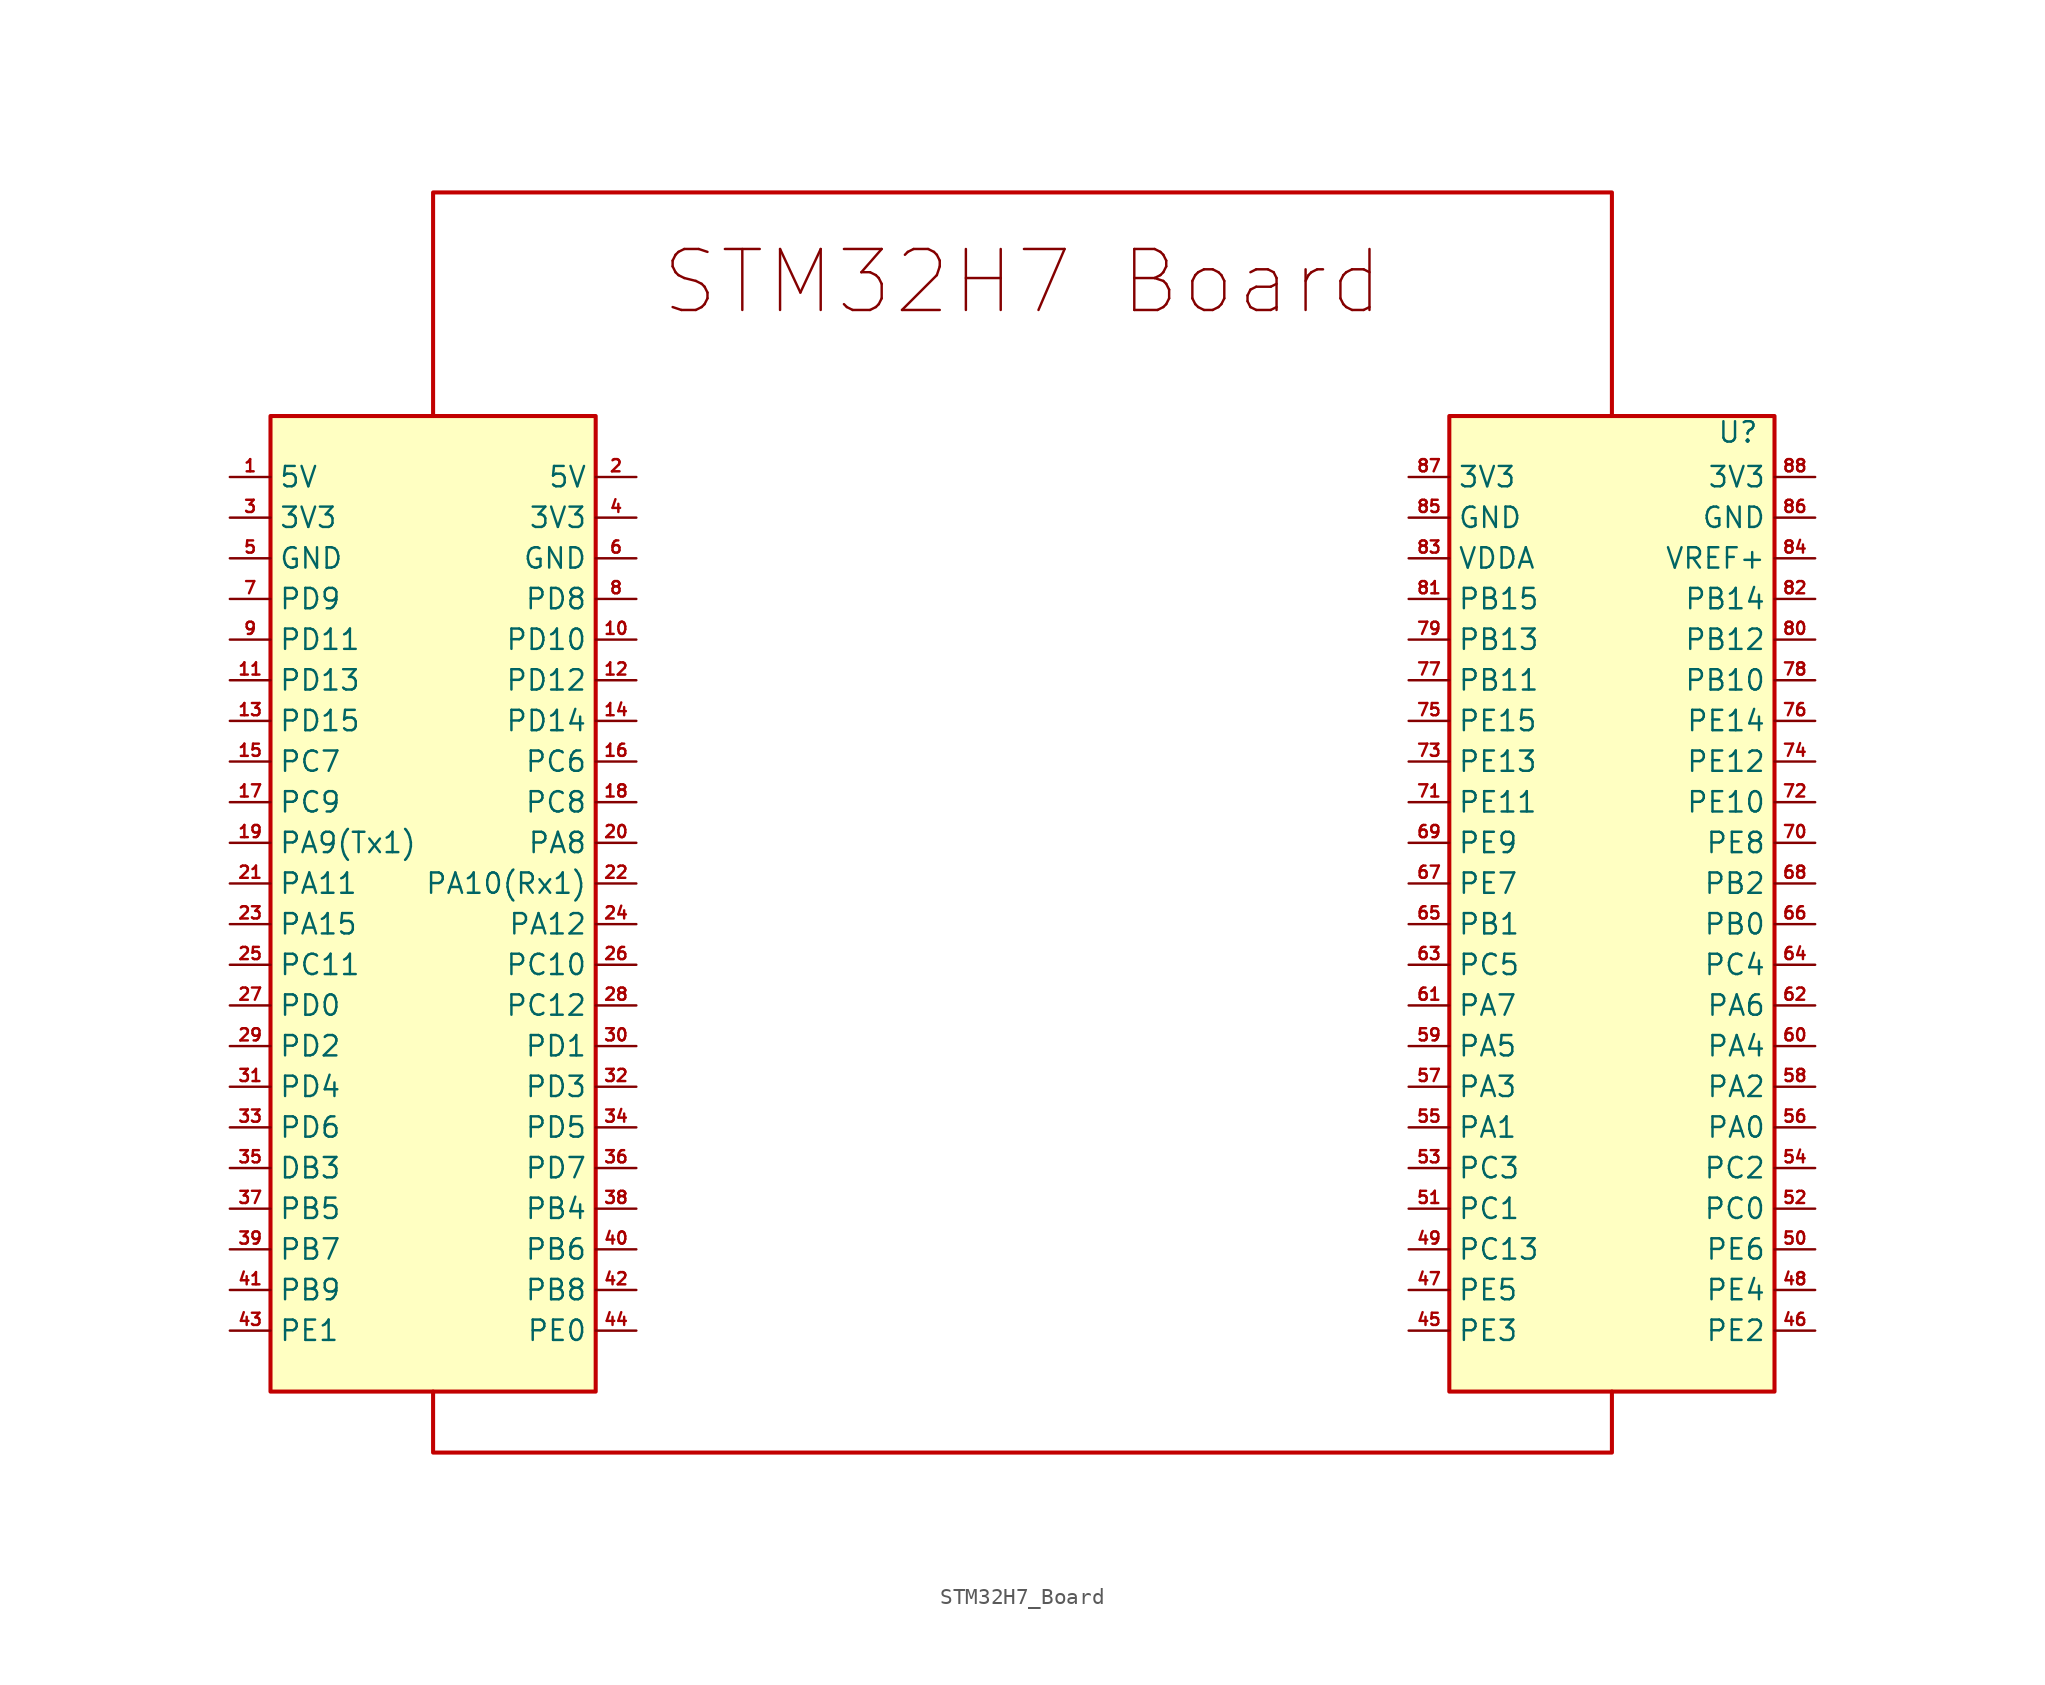
<source format=kicad_sym>
(kicad_symbol_lib
  (version 20241209)
  (generator "kicad_symbol_editor")
  (generator_version "9.0")
  (symbol "STM32H7_Board"
    (property "Reference" "U"
      (at 44.704 29.464 0)
      (effects (font (size 1.27 1.27))))
    (property "Value" ""
      (at 0 0 0)
      (effects (font (size 1.27 1.27))))
    (symbol "STM32H7_Board_1_1"
      (rectangle (start -46.99 30.48) (end -26.67 -30.48) (stroke (width 0.254) (type solid) (color 194 0 0 1)) (fill (type color) (color 255 255 194 1)))
      (polyline (pts (xy -36.83 -30.48) (xy -36.83 -34.29) (xy 36.83 -34.29) (xy 36.83 -30.48)) (stroke (width 0.254) (type solid) (color 194 0 0 1)) (fill (type none)))
      (rectangle (start 26.67 30.48) (end 46.99 -30.48) (stroke (width 0.254) (type solid) (color 194 0 0 1)) (fill (type color) (color 255 255 194 1)))
      (polyline (pts (xy 36.83 30.48) (xy 36.83 44.45) (xy -36.83 44.45) (xy -36.83 30.48)) (stroke (width 0.254) (type solid) (color 194 0 0 1)) (fill (type none)))
      (text "STM32H7 Board" (at 0 38.862 0) (effects (font (size 3.81 3.81))))
      (pin bidirectional line (at -49.53 26.67 0) (length 2.54) (name "5V" (effects (font (size 1.27 1.27)))) (number "1" (effects (font (size 0.762 0.762)))))
      (pin bidirectional line (at -49.53 24.13 0) (length 2.54) (name "3V3" (effects (font (size 1.27 1.27)))) (number "3" (effects (font (size 0.762 0.762)))))
      (pin bidirectional line (at -49.53 21.59 0) (length 2.54) (name "GND" (effects (font (size 1.27 1.27)))) (number "5" (effects (font (size 0.762 0.762)))))
      (pin bidirectional line (at -49.53 19.05 0) (length 2.54) (name "PD9" (effects (font (size 1.27 1.27)))) (number "7" (effects (font (size 0.762 0.762)))))
      (pin bidirectional line (at -49.53 16.51 0) (length 2.54) (name "PD11" (effects (font (size 1.27 1.27)))) (number "9" (effects (font (size 0.762 0.762)))))
      (pin bidirectional line (at -49.53 13.97 0) (length 2.54) (name "PD13" (effects (font (size 1.27 1.27)))) (number "11" (effects (font (size 0.762 0.762)))))
      (pin bidirectional line (at -49.53 11.43 0) (length 2.54) (name "PD15" (effects (font (size 1.27 1.27)))) (number "13" (effects (font (size 0.762 0.762)))))
      (pin bidirectional line (at -49.53 8.89 0) (length 2.54) (name "PC7" (effects (font (size 1.27 1.27)))) (number "15" (effects (font (size 0.762 0.762)))))
      (pin bidirectional line (at -49.53 6.35 0) (length 2.54) (name "PC9" (effects (font (size 1.27 1.27)))) (number "17" (effects (font (size 0.762 0.762)))))
      (pin bidirectional line (at -49.53 3.81 0) (length 2.54) (name "PA9(Tx1)" (effects (font (size 1.27 1.27)))) (number "19" (effects (font (size 0.762 0.762)))))
      (pin bidirectional line (at -49.53 1.27 0) (length 2.54) (name "PA11" (effects (font (size 1.27 1.27)))) (number "21" (effects (font (size 0.762 0.762)))))
      (pin bidirectional line (at -49.53 -1.27 0) (length 2.54) (name "PA15" (effects (font (size 1.27 1.27)))) (number "23" (effects (font (size 0.762 0.762)))))
      (pin bidirectional line (at -49.53 -3.81 0) (length 2.54) (name "PC11" (effects (font (size 1.27 1.27)))) (number "25" (effects (font (size 0.762 0.762)))))
      (pin bidirectional line (at -49.53 -6.35 0) (length 2.54) (name "PD0" (effects (font (size 1.27 1.27)))) (number "27" (effects (font (size 0.762 0.762)))))
      (pin bidirectional line (at -49.53 -8.89 0) (length 2.54) (name "PD2" (effects (font (size 1.27 1.27)))) (number "29" (effects (font (size 0.762 0.762)))))
      (pin bidirectional line (at -49.53 -11.43 0) (length 2.54) (name "PD4" (effects (font (size 1.27 1.27)))) (number "31" (effects (font (size 0.762 0.762)))))
      (pin bidirectional line (at -49.53 -13.97 0) (length 2.54) (name "PD6" (effects (font (size 1.27 1.27)))) (number "33" (effects (font (size 0.762 0.762)))))
      (pin bidirectional line (at -49.53 -16.51 0) (length 2.54) (name "DB3" (effects (font (size 1.27 1.27)))) (number "35" (effects (font (size 0.762 0.762)))))
      (pin bidirectional line (at -49.53 -19.05 0) (length 2.54) (name "PB5" (effects (font (size 1.27 1.27)))) (number "37" (effects (font (size 0.762 0.762)))))
      (pin bidirectional line (at -49.53 -21.59 0) (length 2.54) (name "PB7" (effects (font (size 1.27 1.27)))) (number "39" (effects (font (size 0.762 0.762)))))
      (pin bidirectional line (at -49.53 -24.13 0) (length 2.54) (name "PB9" (effects (font (size 1.27 1.27)))) (number "41" (effects (font (size 0.762 0.762)))))
      (pin bidirectional line (at -49.53 -26.67 0) (length 2.54) (name "PE1" (effects (font (size 1.27 1.27)))) (number "43" (effects (font (size 0.762 0.762)))))
      (pin bidirectional line (at -24.13 26.67 180) (length 2.54) (name "5V" (effects (font (size 1.27 1.27)))) (number "2" (effects (font (size 0.762 0.762)))))
      (pin bidirectional line (at -24.13 24.13 180) (length 2.54) (name "3V3" (effects (font (size 1.27 1.27)))) (number "4" (effects (font (size 0.762 0.762)))))
      (pin bidirectional line (at -24.13 21.59 180) (length 2.54) (name "GND" (effects (font (size 1.27 1.27)))) (number "6" (effects (font (size 0.762 0.762)))))
      (pin bidirectional line (at -24.13 19.05 180) (length 2.54) (name "PD8" (effects (font (size 1.27 1.27)))) (number "8" (effects (font (size 0.762 0.762)))))
      (pin bidirectional line (at -24.13 16.51 180) (length 2.54) (name "PD10" (effects (font (size 1.27 1.27)))) (number "10" (effects (font (size 0.762 0.762)))))
      (pin bidirectional line (at -24.13 13.97 180) (length 2.54) (name "PD12" (effects (font (size 1.27 1.27)))) (number "12" (effects (font (size 0.762 0.762)))))
      (pin bidirectional line (at -24.13 11.43 180) (length 2.54) (name "PD14" (effects (font (size 1.27 1.27)))) (number "14" (effects (font (size 0.762 0.762)))))
      (pin bidirectional line (at -24.13 8.89 180) (length 2.54) (name "PC6" (effects (font (size 1.27 1.27)))) (number "16" (effects (font (size 0.762 0.762)))))
      (pin bidirectional line (at -24.13 6.35 180) (length 2.54) (name "PC8" (effects (font (size 1.27 1.27)))) (number "18" (effects (font (size 0.762 0.762)))))
      (pin bidirectional line (at -24.13 3.81 180) (length 2.54) (name "PA8" (effects (font (size 1.27 1.27)))) (number "20" (effects (font (size 0.762 0.762)))))
      (pin bidirectional line (at -24.13 1.27 180) (length 2.54) (name "PA10(Rx1)" (effects (font (size 1.27 1.27)))) (number "22" (effects (font (size 0.762 0.762)))))
      (pin bidirectional line (at -24.13 -1.27 180) (length 2.54) (name "PA12" (effects (font (size 1.27 1.27)))) (number "24" (effects (font (size 0.762 0.762)))))
      (pin bidirectional line (at -24.13 -3.81 180) (length 2.54) (name "PC10" (effects (font (size 1.27 1.27)))) (number "26" (effects (font (size 0.762 0.762)))))
      (pin bidirectional line (at -24.13 -6.35 180) (length 2.54) (name "PC12" (effects (font (size 1.27 1.27)))) (number "28" (effects (font (size 0.762 0.762)))))
      (pin bidirectional line (at -24.13 -8.89 180) (length 2.54) (name "PD1" (effects (font (size 1.27 1.27)))) (number "30" (effects (font (size 0.762 0.762)))))
      (pin bidirectional line (at -24.13 -11.43 180) (length 2.54) (name "PD3" (effects (font (size 1.27 1.27)))) (number "32" (effects (font (size 0.762 0.762)))))
      (pin bidirectional line (at -24.13 -13.97 180) (length 2.54) (name "PD5" (effects (font (size 1.27 1.27)))) (number "34" (effects (font (size 0.762 0.762)))))
      (pin bidirectional line (at -24.13 -16.51 180) (length 2.54) (name "PD7" (effects (font (size 1.27 1.27)))) (number "36" (effects (font (size 0.762 0.762)))))
      (pin bidirectional line (at -24.13 -19.05 180) (length 2.54) (name "PB4" (effects (font (size 1.27 1.27)))) (number "38" (effects (font (size 0.762 0.762)))))
      (pin bidirectional line (at -24.13 -21.59 180) (length 2.54) (name "PB6" (effects (font (size 1.27 1.27)))) (number "40" (effects (font (size 0.762 0.762)))))
      (pin bidirectional line (at -24.13 -24.13 180) (length 2.54) (name "PB8" (effects (font (size 1.27 1.27)))) (number "42" (effects (font (size 0.762 0.762)))))
      (pin bidirectional line (at -24.13 -26.67 180) (length 2.54) (name "PE0" (effects (font (size 1.27 1.27)))) (number "44" (effects (font (size 0.762 0.762)))))
      (pin bidirectional line (at 24.13 26.67 0) (length 2.54) (name "3V3" (effects (font (size 1.27 1.27)))) (number "87" (effects (font (size 0.762 0.762)))))
      (pin bidirectional line (at 24.13 24.13 0) (length 2.54) (name "GND" (effects (font (size 1.27 1.27)))) (number "85" (effects (font (size 0.762 0.762)))))
      (pin bidirectional line (at 24.13 21.59 0) (length 2.54) (name "VDDA" (effects (font (size 1.27 1.27)))) (number "83" (effects (font (size 0.762 0.762)))))
      (pin bidirectional line (at 24.13 19.05 0) (length 2.54) (name "PB15" (effects (font (size 1.27 1.27)))) (number "81" (effects (font (size 0.762 0.762)))))
      (pin bidirectional line (at 24.13 16.51 0) (length 2.54) (name "PB13" (effects (font (size 1.27 1.27)))) (number "79" (effects (font (size 0.762 0.762)))))
      (pin bidirectional line (at 24.13 13.97 0) (length 2.54) (name "PB11" (effects (font (size 1.27 1.27)))) (number "77" (effects (font (size 0.762 0.762)))))
      (pin bidirectional line (at 24.13 11.43 0) (length 2.54) (name "PE15" (effects (font (size 1.27 1.27)))) (number "75" (effects (font (size 0.762 0.762)))))
      (pin bidirectional line (at 24.13 8.89 0) (length 2.54) (name "PE13" (effects (font (size 1.27 1.27)))) (number "73" (effects (font (size 0.762 0.762)))))
      (pin bidirectional line (at 24.13 6.35 0) (length 2.54) (name "PE11" (effects (font (size 1.27 1.27)))) (number "71" (effects (font (size 0.762 0.762)))))
      (pin bidirectional line (at 24.13 3.81 0) (length 2.54) (name "PE9" (effects (font (size 1.27 1.27)))) (number "69" (effects (font (size 0.762 0.762)))))
      (pin bidirectional line (at 24.13 1.27 0) (length 2.54) (name "PE7" (effects (font (size 1.27 1.27)))) (number "67" (effects (font (size 0.762 0.762)))))
      (pin bidirectional line (at 24.13 -1.27 0) (length 2.54) (name "PB1" (effects (font (size 1.27 1.27)))) (number "65" (effects (font (size 0.762 0.762)))))
      (pin bidirectional line (at 24.13 -3.81 0) (length 2.54) (name "PC5" (effects (font (size 1.27 1.27)))) (number "63" (effects (font (size 0.762 0.762)))))
      (pin bidirectional line (at 24.13 -6.35 0) (length 2.54) (name "PA7" (effects (font (size 1.27 1.27)))) (number "61" (effects (font (size 0.762 0.762)))))
      (pin bidirectional line (at 24.13 -8.89 0) (length 2.54) (name "PA5" (effects (font (size 1.27 1.27)))) (number "59" (effects (font (size 0.762 0.762)))))
      (pin bidirectional line (at 24.13 -11.43 0) (length 2.54) (name "PA3" (effects (font (size 1.27 1.27)))) (number "57" (effects (font (size 0.762 0.762)))))
      (pin bidirectional line (at 24.13 -13.97 0) (length 2.54) (name "PA1" (effects (font (size 1.27 1.27)))) (number "55" (effects (font (size 0.762 0.762)))))
      (pin bidirectional line (at 24.13 -16.51 0) (length 2.54) (name "PC3" (effects (font (size 1.27 1.27)))) (number "53" (effects (font (size 0.762 0.762)))))
      (pin bidirectional line (at 24.13 -19.05 0) (length 2.54) (name "PC1" (effects (font (size 1.27 1.27)))) (number "51" (effects (font (size 0.762 0.762)))))
      (pin bidirectional line (at 24.13 -21.59 0) (length 2.54) (name "PC13" (effects (font (size 1.27 1.27)))) (number "49" (effects (font (size 0.762 0.762)))))
      (pin bidirectional line (at 24.13 -24.13 0) (length 2.54) (name "PE5" (effects (font (size 1.27 1.27)))) (number "47" (effects (font (size 0.762 0.762)))))
      (pin bidirectional line (at 24.13 -26.67 0) (length 2.54) (name "PE3" (effects (font (size 1.27 1.27)))) (number "45" (effects (font (size 0.762 0.762)))))
      (pin bidirectional line (at 49.53 26.67 180) (length 2.54) (name "3V3" (effects (font (size 1.27 1.27)))) (number "88" (effects (font (size 0.762 0.762)))))
      (pin bidirectional line (at 49.53 24.13 180) (length 2.54) (name "GND" (effects (font (size 1.27 1.27)))) (number "86" (effects (font (size 0.762 0.762)))))
      (pin bidirectional line (at 49.53 21.59 180) (length 2.54) (name "VREF+" (effects (font (size 1.27 1.27)))) (number "84" (effects (font (size 0.762 0.762)))))
      (pin bidirectional line (at 49.53 19.05 180) (length 2.54) (name "PB14" (effects (font (size 1.27 1.27)))) (number "82" (effects (font (size 0.762 0.762)))))
      (pin bidirectional line (at 49.53 16.51 180) (length 2.54) (name "PB12" (effects (font (size 1.27 1.27)))) (number "80" (effects (font (size 0.762 0.762)))))
      (pin bidirectional line (at 49.53 13.97 180) (length 2.54) (name "PB10" (effects (font (size 1.27 1.27)))) (number "78" (effects (font (size 0.762 0.762)))))
      (pin bidirectional line (at 49.53 11.43 180) (length 2.54) (name "PE14" (effects (font (size 1.27 1.27)))) (number "76" (effects (font (size 0.762 0.762)))))
      (pin bidirectional line (at 49.53 8.89 180) (length 2.54) (name "PE12" (effects (font (size 1.27 1.27)))) (number "74" (effects (font (size 0.762 0.762)))))
      (pin bidirectional line (at 49.53 6.35 180) (length 2.54) (name "PE10" (effects (font (size 1.27 1.27)))) (number "72" (effects (font (size 0.762 0.762)))))
      (pin bidirectional line (at 49.53 3.81 180) (length 2.54) (name "PE8" (effects (font (size 1.27 1.27)))) (number "70" (effects (font (size 0.762 0.762)))))
      (pin bidirectional line (at 49.53 1.27 180) (length 2.54) (name "PB2" (effects (font (size 1.27 1.27)))) (number "68" (effects (font (size 0.762 0.762)))))
      (pin bidirectional line (at 49.53 -1.27 180) (length 2.54) (name "PB0" (effects (font (size 1.27 1.27)))) (number "66" (effects (font (size 0.762 0.762)))))
      (pin bidirectional line (at 49.53 -3.81 180) (length 2.54) (name "PC4" (effects (font (size 1.27 1.27)))) (number "64" (effects (font (size 0.762 0.762)))))
      (pin bidirectional line (at 49.53 -6.35 180) (length 2.54) (name "PA6" (effects (font (size 1.27 1.27)))) (number "62" (effects (font (size 0.762 0.762)))))
      (pin bidirectional line (at 49.53 -8.89 180) (length 2.54) (name "PA4" (effects (font (size 1.27 1.27)))) (number "60" (effects (font (size 0.762 0.762)))))
      (pin bidirectional line (at 49.53 -11.43 180) (length 2.54) (name "PA2" (effects (font (size 1.27 1.27)))) (number "58" (effects (font (size 0.762 0.762)))))
      (pin bidirectional line (at 49.53 -13.97 180) (length 2.54) (name "PA0" (effects (font (size 1.27 1.27)))) (number "56" (effects (font (size 0.762 0.762)))))
      (pin bidirectional line (at 49.53 -16.51 180) (length 2.54) (name "PC2" (effects (font (size 1.27 1.27)))) (number "54" (effects (font (size 0.762 0.762)))))
      (pin bidirectional line (at 49.53 -19.05 180) (length 2.54) (name "PC0" (effects (font (size 1.27 1.27)))) (number "52" (effects (font (size 0.762 0.762)))))
      (pin bidirectional line (at 49.53 -21.59 180) (length 2.54) (name "PE6" (effects (font (size 1.27 1.27)))) (number "50" (effects (font (size 0.762 0.762)))))
      (pin bidirectional line (at 49.53 -24.13 180) (length 2.54) (name "PE4" (effects (font (size 1.27 1.27)))) (number "48" (effects (font (size 0.762 0.762)))))
      (pin bidirectional line (at 49.53 -26.67 180) (length 2.54) (name "PE2" (effects (font (size 1.27 1.27)))) (number "46" (effects (font (size 0.762 0.762))))))))
</source>
